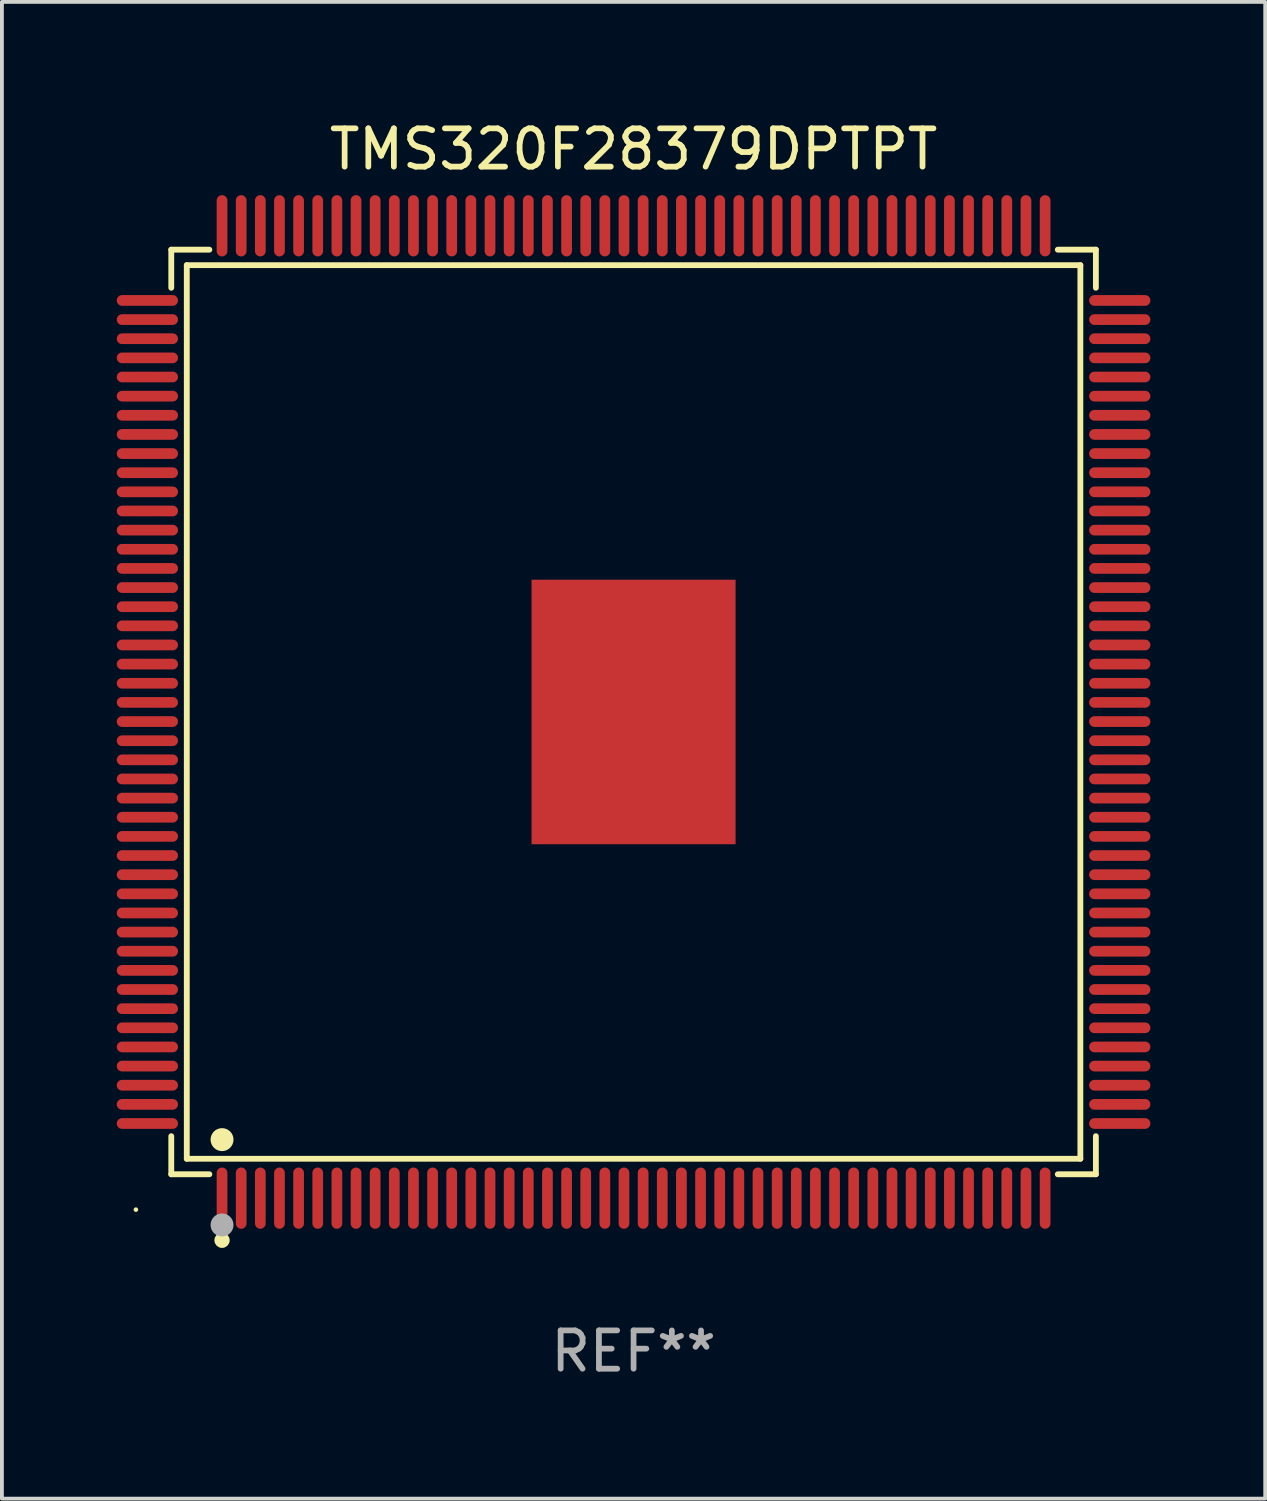
<source format=kicad_pcb>
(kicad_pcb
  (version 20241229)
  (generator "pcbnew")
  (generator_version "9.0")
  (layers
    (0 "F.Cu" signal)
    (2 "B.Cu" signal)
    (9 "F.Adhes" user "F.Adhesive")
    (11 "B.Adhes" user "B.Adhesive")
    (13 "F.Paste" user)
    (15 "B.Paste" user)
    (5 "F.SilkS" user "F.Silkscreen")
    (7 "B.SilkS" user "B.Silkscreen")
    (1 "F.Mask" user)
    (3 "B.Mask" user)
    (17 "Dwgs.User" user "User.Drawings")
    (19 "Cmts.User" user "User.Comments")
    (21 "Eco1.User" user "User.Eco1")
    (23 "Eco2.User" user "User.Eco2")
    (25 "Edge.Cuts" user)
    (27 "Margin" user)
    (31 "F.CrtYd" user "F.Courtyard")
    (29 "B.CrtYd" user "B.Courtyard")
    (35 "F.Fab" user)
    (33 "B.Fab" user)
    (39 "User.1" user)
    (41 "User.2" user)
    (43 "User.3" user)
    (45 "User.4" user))
  (footprint "TMS320F28379DPTPT"
    (layer "F.Cu")
    (at 13.5 15.548)
    (property "Reference" "TMS320F28379DPTPT" (at 0 -14.7 0) (layer "F.SilkS") (effects (font (size 1 1) (thickness 0.15))))
    (attr through_hole)
    (fp_line (start -12.076 -12.076) (end -11.081 -12.076) (stroke (width 0.152) (type solid)) (layer "F.SilkS"))
    (fp_line (start -12.076 -11.081) (end -12.076 -12.076) (stroke (width 0.152) (type solid)) (layer "F.SilkS"))
    (fp_line (start -12.076 11.081) (end -12.076 12.076) (stroke (width 0.152) (type solid)) (layer "F.SilkS"))
    (fp_line (start -12.076 12.076) (end -11.081 12.076) (stroke (width 0.152) (type solid)) (layer "F.SilkS"))
    (fp_line (start -11.671 -11.671) (end 11.671 -11.671) (stroke (width 0.152) (type solid)) (layer "F.SilkS"))
    (fp_line (start -11.671 11.671) (end -11.671 -11.671) (stroke (width 0.152) (type solid)) (layer "F.SilkS"))
    (fp_line (start 11.671 -11.671) (end 11.671 11.671) (stroke (width 0.152) (type solid)) (layer "F.SilkS"))
    (fp_line (start 11.671 11.671) (end -11.671 11.671) (stroke (width 0.152) (type solid)) (layer "F.SilkS"))
    (fp_line (start 12.076 -12.076) (end 11.081 -12.076) (stroke (width 0.152) (type solid)) (layer "F.SilkS"))
    (fp_line (start 12.076 -11.081) (end 12.076 -12.076) (stroke (width 0.152) (type solid)) (layer "F.SilkS"))
    (fp_line (start 12.076 11.081) (end 12.076 12.076) (stroke (width 0.152) (type solid)) (layer "F.SilkS"))
    (fp_line (start 12.076 12.076) (end 11.081 12.076) (stroke (width 0.152) (type solid)) (layer "F.SilkS"))
    (fp_circle (center -13 13) (end -12.97 13) (stroke (width 0.06) (type solid)) (fill no) (layer "F.SilkS"))
    (fp_circle (center -10.75 11.171) (end -10.6 11.171) (stroke (width 0.3) (type solid)) (fill no) (layer "F.SilkS"))
    (fp_circle (center -10.75 13.8) (end -10.65 13.8) (stroke (width 0.2) (type solid)) (fill no) (layer "F.SilkS"))
    (fp_circle (center -10.75 13.4) (end -10.6 13.4) (stroke (width 0.3) (type solid)) (fill no) (layer "F.Fab"))
    (fp_text user "REF**" (at 0 16.7 0) (layer "F.Fab") (effects (font (size 1 1) (thickness 0.15))))
    (pad "1" smd oval (at -10.75 12.7) (size 0.28 1.6) (layers "F.Cu" "F.Mask" "F.Paste"))
    (pad "2" smd oval (at -10.25 12.7) (size 0.28 1.6) (layers "F.Cu" "F.Mask" "F.Paste"))
    (pad "3" smd oval (at -9.75 12.7) (size 0.28 1.6) (layers "F.Cu" "F.Mask" "F.Paste"))
    (pad "4" smd oval (at -9.25 12.7) (size 0.28 1.6) (layers "F.Cu" "F.Mask" "F.Paste"))
    (pad "5" smd oval (at -8.75 12.7) (size 0.28 1.6) (layers "F.Cu" "F.Mask" "F.Paste"))
    (pad "6" smd oval (at -8.25 12.7) (size 0.28 1.6) (layers "F.Cu" "F.Mask" "F.Paste"))
    (pad "7" smd oval (at -7.75 12.7) (size 0.28 1.6) (layers "F.Cu" "F.Mask" "F.Paste"))
    (pad "8" smd oval (at -7.25 12.7) (size 0.28 1.6) (layers "F.Cu" "F.Mask" "F.Paste"))
    (pad "9" smd oval (at -6.75 12.7) (size 0.28 1.6) (layers "F.Cu" "F.Mask" "F.Paste"))
    (pad "10" smd oval (at -6.25 12.7) (size 0.28 1.6) (layers "F.Cu" "F.Mask" "F.Paste"))
    (pad "11" smd oval (at -5.75 12.7) (size 0.28 1.6) (layers "F.Cu" "F.Mask" "F.Paste"))
    (pad "12" smd oval (at -5.25 12.7) (size 0.28 1.6) (layers "F.Cu" "F.Mask" "F.Paste"))
    (pad "13" smd oval (at -4.75 12.7) (size 0.28 1.6) (layers "F.Cu" "F.Mask" "F.Paste"))
    (pad "14" smd oval (at -4.25 12.7) (size 0.28 1.6) (layers "F.Cu" "F.Mask" "F.Paste"))
    (pad "15" smd oval (at -3.75 12.7) (size 0.28 1.6) (layers "F.Cu" "F.Mask" "F.Paste"))
    (pad "16" smd oval (at -3.25 12.7) (size 0.28 1.6) (layers "F.Cu" "F.Mask" "F.Paste"))
    (pad "17" smd oval (at -2.75 12.7) (size 0.28 1.6) (layers "F.Cu" "F.Mask" "F.Paste"))
    (pad "18" smd oval (at -2.25 12.7) (size 0.28 1.6) (layers "F.Cu" "F.Mask" "F.Paste"))
    (pad "19" smd oval (at -1.75 12.7) (size 0.28 1.6) (layers "F.Cu" "F.Mask" "F.Paste"))
    (pad "20" smd oval (at -1.25 12.7) (size 0.28 1.6) (layers "F.Cu" "F.Mask" "F.Paste"))
    (pad "21" smd oval (at -0.75 12.7) (size 0.28 1.6) (layers "F.Cu" "F.Mask" "F.Paste"))
    (pad "22" smd oval (at -0.25 12.7) (size 0.28 1.6) (layers "F.Cu" "F.Mask" "F.Paste"))
    (pad "23" smd oval (at 0.25 12.7) (size 0.28 1.6) (layers "F.Cu" "F.Mask" "F.Paste"))
    (pad "24" smd oval (at 0.75 12.7) (size 0.28 1.6) (layers "F.Cu" "F.Mask" "F.Paste"))
    (pad "25" smd oval (at 1.25 12.7) (size 0.28 1.6) (layers "F.Cu" "F.Mask" "F.Paste"))
    (pad "26" smd oval (at 1.75 12.7) (size 0.28 1.6) (layers "F.Cu" "F.Mask" "F.Paste"))
    (pad "27" smd oval (at 2.25 12.7) (size 0.28 1.6) (layers "F.Cu" "F.Mask" "F.Paste"))
    (pad "28" smd oval (at 2.75 12.7) (size 0.28 1.6) (layers "F.Cu" "F.Mask" "F.Paste"))
    (pad "29" smd oval (at 3.25 12.7) (size 0.28 1.6) (layers "F.Cu" "F.Mask" "F.Paste"))
    (pad "30" smd oval (at 3.75 12.7) (size 0.28 1.6) (layers "F.Cu" "F.Mask" "F.Paste"))
    (pad "31" smd oval (at 4.25 12.7) (size 0.28 1.6) (layers "F.Cu" "F.Mask" "F.Paste"))
    (pad "32" smd oval (at 4.75 12.7) (size 0.28 1.6) (layers "F.Cu" "F.Mask" "F.Paste"))
    (pad "33" smd oval (at 5.25 12.7) (size 0.28 1.6) (layers "F.Cu" "F.Mask" "F.Paste"))
    (pad "34" smd oval (at 5.75 12.7) (size 0.28 1.6) (layers "F.Cu" "F.Mask" "F.Paste"))
    (pad "35" smd oval (at 6.25 12.7) (size 0.28 1.6) (layers "F.Cu" "F.Mask" "F.Paste"))
    (pad "36" smd oval (at 6.75 12.7) (size 0.28 1.6) (layers "F.Cu" "F.Mask" "F.Paste"))
    (pad "37" smd oval (at 7.25 12.7) (size 0.28 1.6) (layers "F.Cu" "F.Mask" "F.Paste"))
    (pad "38" smd oval (at 7.75 12.7) (size 0.28 1.6) (layers "F.Cu" "F.Mask" "F.Paste"))
    (pad "39" smd oval (at 8.25 12.7) (size 0.28 1.6) (layers "F.Cu" "F.Mask" "F.Paste"))
    (pad "40" smd oval (at 8.75 12.7) (size 0.28 1.6) (layers "F.Cu" "F.Mask" "F.Paste"))
    (pad "41" smd oval (at 9.25 12.7) (size 0.28 1.6) (layers "F.Cu" "F.Mask" "F.Paste"))
    (pad "42" smd oval (at 9.75 12.7) (size 0.28 1.6) (layers "F.Cu" "F.Mask" "F.Paste"))
    (pad "43" smd oval (at 10.25 12.7) (size 0.28 1.6) (layers "F.Cu" "F.Mask" "F.Paste"))
    (pad "44" smd oval (at 10.75 12.7) (size 0.28 1.6) (layers "F.Cu" "F.Mask" "F.Paste"))
    (pad "45" smd oval (at 12.7 10.75) (size 1.6 0.28) (layers "F.Cu" "F.Mask" "F.Paste"))
    (pad "46" smd oval (at 12.7 10.25) (size 1.6 0.28) (layers "F.Cu" "F.Mask" "F.Paste"))
    (pad "47" smd oval (at 12.7 9.75) (size 1.6 0.28) (layers "F.Cu" "F.Mask" "F.Paste"))
    (pad "48" smd oval (at 12.7 9.25) (size 1.6 0.28) (layers "F.Cu" "F.Mask" "F.Paste"))
    (pad "49" smd oval (at 12.7 8.75) (size 1.6 0.28) (layers "F.Cu" "F.Mask" "F.Paste"))
    (pad "50" smd oval (at 12.7 8.25) (size 1.6 0.28) (layers "F.Cu" "F.Mask" "F.Paste"))
    (pad "51" smd oval (at 12.7 7.75) (size 1.6 0.28) (layers "F.Cu" "F.Mask" "F.Paste"))
    (pad "52" smd oval (at 12.7 7.25) (size 1.6 0.28) (layers "F.Cu" "F.Mask" "F.Paste"))
    (pad "53" smd oval (at 12.7 6.75) (size 1.6 0.28) (layers "F.Cu" "F.Mask" "F.Paste"))
    (pad "54" smd oval (at 12.7 6.25) (size 1.6 0.28) (layers "F.Cu" "F.Mask" "F.Paste"))
    (pad "55" smd oval (at 12.7 5.75) (size 1.6 0.28) (layers "F.Cu" "F.Mask" "F.Paste"))
    (pad "56" smd oval (at 12.7 5.25) (size 1.6 0.28) (layers "F.Cu" "F.Mask" "F.Paste"))
    (pad "57" smd oval (at 12.7 4.75) (size 1.6 0.28) (layers "F.Cu" "F.Mask" "F.Paste"))
    (pad "58" smd oval (at 12.7 4.25) (size 1.6 0.28) (layers "F.Cu" "F.Mask" "F.Paste"))
    (pad "59" smd oval (at 12.7 3.75) (size 1.6 0.28) (layers "F.Cu" "F.Mask" "F.Paste"))
    (pad "60" smd oval (at 12.7 3.25) (size 1.6 0.28) (layers "F.Cu" "F.Mask" "F.Paste"))
    (pad "61" smd oval (at 12.7 2.75) (size 1.6 0.28) (layers "F.Cu" "F.Mask" "F.Paste"))
    (pad "62" smd oval (at 12.7 2.25) (size 1.6 0.28) (layers "F.Cu" "F.Mask" "F.Paste"))
    (pad "63" smd oval (at 12.7 1.75) (size 1.6 0.28) (layers "F.Cu" "F.Mask" "F.Paste"))
    (pad "64" smd oval (at 12.7 1.25) (size 1.6 0.28) (layers "F.Cu" "F.Mask" "F.Paste"))
    (pad "65" smd oval (at 12.7 0.75) (size 1.6 0.28) (layers "F.Cu" "F.Mask" "F.Paste"))
    (pad "66" smd oval (at 12.7 0.25) (size 1.6 0.28) (layers "F.Cu" "F.Mask" "F.Paste"))
    (pad "67" smd oval (at 12.7 -0.25) (size 1.6 0.28) (layers "F.Cu" "F.Mask" "F.Paste"))
    (pad "68" smd oval (at 12.7 -0.75) (size 1.6 0.28) (layers "F.Cu" "F.Mask" "F.Paste"))
    (pad "69" smd oval (at 12.7 -1.25) (size 1.6 0.28) (layers "F.Cu" "F.Mask" "F.Paste"))
    (pad "70" smd oval (at 12.7 -1.75) (size 1.6 0.28) (layers "F.Cu" "F.Mask" "F.Paste"))
    (pad "71" smd oval (at 12.7 -2.25) (size 1.6 0.28) (layers "F.Cu" "F.Mask" "F.Paste"))
    (pad "72" smd oval (at 12.7 -2.75) (size 1.6 0.28) (layers "F.Cu" "F.Mask" "F.Paste"))
    (pad "73" smd oval (at 12.7 -3.25) (size 1.6 0.28) (layers "F.Cu" "F.Mask" "F.Paste"))
    (pad "74" smd oval (at 12.7 -3.75) (size 1.6 0.28) (layers "F.Cu" "F.Mask" "F.Paste"))
    (pad "75" smd oval (at 12.7 -4.25) (size 1.6 0.28) (layers "F.Cu" "F.Mask" "F.Paste"))
    (pad "76" smd oval (at 12.7 -4.75) (size 1.6 0.28) (layers "F.Cu" "F.Mask" "F.Paste"))
    (pad "77" smd oval (at 12.7 -5.25) (size 1.6 0.28) (layers "F.Cu" "F.Mask" "F.Paste"))
    (pad "78" smd oval (at 12.7 -5.75) (size 1.6 0.28) (layers "F.Cu" "F.Mask" "F.Paste"))
    (pad "79" smd oval (at 12.7 -6.25) (size 1.6 0.28) (layers "F.Cu" "F.Mask" "F.Paste"))
    (pad "80" smd oval (at 12.7 -6.75) (size 1.6 0.28) (layers "F.Cu" "F.Mask" "F.Paste"))
    (pad "81" smd oval (at 12.7 -7.25) (size 1.6 0.28) (layers "F.Cu" "F.Mask" "F.Paste"))
    (pad "82" smd oval (at 12.7 -7.75) (size 1.6 0.28) (layers "F.Cu" "F.Mask" "F.Paste"))
    (pad "83" smd oval (at 12.7 -8.25) (size 1.6 0.28) (layers "F.Cu" "F.Mask" "F.Paste"))
    (pad "84" smd oval (at 12.7 -8.75) (size 1.6 0.28) (layers "F.Cu" "F.Mask" "F.Paste"))
    (pad "85" smd oval (at 12.7 -9.25) (size 1.6 0.28) (layers "F.Cu" "F.Mask" "F.Paste"))
    (pad "86" smd oval (at 12.7 -9.75) (size 1.6 0.28) (layers "F.Cu" "F.Mask" "F.Paste"))
    (pad "87" smd oval (at 12.7 -10.25) (size 1.6 0.28) (layers "F.Cu" "F.Mask" "F.Paste"))
    (pad "88" smd oval (at 12.7 -10.75) (size 1.6 0.28) (layers "F.Cu" "F.Mask" "F.Paste"))
    (pad "89" smd oval (at 10.75 -12.7) (size 0.28 1.6) (layers "F.Cu" "F.Mask" "F.Paste"))
    (pad "90" smd oval (at 10.25 -12.7) (size 0.28 1.6) (layers "F.Cu" "F.Mask" "F.Paste"))
    (pad "91" smd oval (at 9.75 -12.7) (size 0.28 1.6) (layers "F.Cu" "F.Mask" "F.Paste"))
    (pad "92" smd oval (at 9.25 -12.7) (size 0.28 1.6) (layers "F.Cu" "F.Mask" "F.Paste"))
    (pad "93" smd oval (at 8.75 -12.7) (size 0.28 1.6) (layers "F.Cu" "F.Mask" "F.Paste"))
    (pad "94" smd oval (at 8.25 -12.7) (size 0.28 1.6) (layers "F.Cu" "F.Mask" "F.Paste"))
    (pad "95" smd oval (at 7.75 -12.7) (size 0.28 1.6) (layers "F.Cu" "F.Mask" "F.Paste"))
    (pad "96" smd oval (at 7.25 -12.7) (size 0.28 1.6) (layers "F.Cu" "F.Mask" "F.Paste"))
    (pad "97" smd oval (at 6.75 -12.7) (size 0.28 1.6) (layers "F.Cu" "F.Mask" "F.Paste"))
    (pad "98" smd oval (at 6.25 -12.7) (size 0.28 1.6) (layers "F.Cu" "F.Mask" "F.Paste"))
    (pad "99" smd oval (at 5.75 -12.7) (size 0.28 1.6) (layers "F.Cu" "F.Mask" "F.Paste"))
    (pad "100" smd oval (at 5.25 -12.7) (size 0.28 1.6) (layers "F.Cu" "F.Mask" "F.Paste"))
    (pad "101" smd oval (at 4.75 -12.7) (size 0.28 1.6) (layers "F.Cu" "F.Mask" "F.Paste"))
    (pad "102" smd oval (at 4.25 -12.7) (size 0.28 1.6) (layers "F.Cu" "F.Mask" "F.Paste"))
    (pad "103" smd oval (at 3.75 -12.7) (size 0.28 1.6) (layers "F.Cu" "F.Mask" "F.Paste"))
    (pad "104" smd oval (at 3.25 -12.7) (size 0.28 1.6) (layers "F.Cu" "F.Mask" "F.Paste"))
    (pad "105" smd oval (at 2.75 -12.7) (size 0.28 1.6) (layers "F.Cu" "F.Mask" "F.Paste"))
    (pad "106" smd oval (at 2.25 -12.7) (size 0.28 1.6) (layers "F.Cu" "F.Mask" "F.Paste"))
    (pad "107" smd oval (at 1.75 -12.7) (size 0.28 1.6) (layers "F.Cu" "F.Mask" "F.Paste"))
    (pad "108" smd oval (at 1.25 -12.7) (size 0.28 1.6) (layers "F.Cu" "F.Mask" "F.Paste"))
    (pad "109" smd oval (at 0.75 -12.7) (size 0.28 1.6) (layers "F.Cu" "F.Mask" "F.Paste"))
    (pad "110" smd oval (at 0.25 -12.7) (size 0.28 1.6) (layers "F.Cu" "F.Mask" "F.Paste"))
    (pad "111" smd oval (at -0.25 -12.7) (size 0.28 1.6) (layers "F.Cu" "F.Mask" "F.Paste"))
    (pad "112" smd oval (at -0.75 -12.7) (size 0.28 1.6) (layers "F.Cu" "F.Mask" "F.Paste"))
    (pad "113" smd oval (at -1.25 -12.7) (size 0.28 1.6) (layers "F.Cu" "F.Mask" "F.Paste"))
    (pad "114" smd oval (at -1.75 -12.7) (size 0.28 1.6) (layers "F.Cu" "F.Mask" "F.Paste"))
    (pad "115" smd oval (at -2.25 -12.7) (size 0.28 1.6) (layers "F.Cu" "F.Mask" "F.Paste"))
    (pad "116" smd oval (at -2.75 -12.7) (size 0.28 1.6) (layers "F.Cu" "F.Mask" "F.Paste"))
    (pad "117" smd oval (at -3.25 -12.7) (size 0.28 1.6) (layers "F.Cu" "F.Mask" "F.Paste"))
    (pad "118" smd oval (at -3.75 -12.7) (size 0.28 1.6) (layers "F.Cu" "F.Mask" "F.Paste"))
    (pad "119" smd oval (at -4.25 -12.7) (size 0.28 1.6) (layers "F.Cu" "F.Mask" "F.Paste"))
    (pad "120" smd oval (at -4.75 -12.7) (size 0.28 1.6) (layers "F.Cu" "F.Mask" "F.Paste"))
    (pad "121" smd oval (at -5.25 -12.7) (size 0.28 1.6) (layers "F.Cu" "F.Mask" "F.Paste"))
    (pad "122" smd oval (at -5.75 -12.7) (size 0.28 1.6) (layers "F.Cu" "F.Mask" "F.Paste"))
    (pad "123" smd oval (at -6.25 -12.7) (size 0.28 1.6) (layers "F.Cu" "F.Mask" "F.Paste"))
    (pad "124" smd oval (at -6.75 -12.7) (size 0.28 1.6) (layers "F.Cu" "F.Mask" "F.Paste"))
    (pad "125" smd oval (at -7.25 -12.7) (size 0.28 1.6) (layers "F.Cu" "F.Mask" "F.Paste"))
    (pad "126" smd oval (at -7.75 -12.7) (size 0.28 1.6) (layers "F.Cu" "F.Mask" "F.Paste"))
    (pad "127" smd oval (at -8.25 -12.7) (size 0.28 1.6) (layers "F.Cu" "F.Mask" "F.Paste"))
    (pad "128" smd oval (at -8.75 -12.7) (size 0.28 1.6) (layers "F.Cu" "F.Mask" "F.Paste"))
    (pad "129" smd oval (at -9.25 -12.7) (size 0.28 1.6) (layers "F.Cu" "F.Mask" "F.Paste"))
    (pad "130" smd oval (at -9.75 -12.7) (size 0.28 1.6) (layers "F.Cu" "F.Mask" "F.Paste"))
    (pad "131" smd oval (at -10.25 -12.7) (size 0.28 1.6) (layers "F.Cu" "F.Mask" "F.Paste"))
    (pad "132" smd oval (at -10.75 -12.7) (size 0.28 1.6) (layers "F.Cu" "F.Mask" "F.Paste"))
    (pad "133" smd oval (at -12.7 -10.75) (size 1.6 0.28) (layers "F.Cu" "F.Mask" "F.Paste"))
    (pad "134" smd oval (at -12.7 -10.25) (size 1.6 0.28) (layers "F.Cu" "F.Mask" "F.Paste"))
    (pad "135" smd oval (at -12.7 -9.75) (size 1.6 0.28) (layers "F.Cu" "F.Mask" "F.Paste"))
    (pad "136" smd oval (at -12.7 -9.25) (size 1.6 0.28) (layers "F.Cu" "F.Mask" "F.Paste"))
    (pad "137" smd oval (at -12.7 -8.75) (size 1.6 0.28) (layers "F.Cu" "F.Mask" "F.Paste"))
    (pad "138" smd oval (at -12.7 -8.25) (size 1.6 0.28) (layers "F.Cu" "F.Mask" "F.Paste"))
    (pad "139" smd oval (at -12.7 -7.75) (size 1.6 0.28) (layers "F.Cu" "F.Mask" "F.Paste"))
    (pad "140" smd oval (at -12.7 -7.25) (size 1.6 0.28) (layers "F.Cu" "F.Mask" "F.Paste"))
    (pad "141" smd oval (at -12.7 -6.75) (size 1.6 0.28) (layers "F.Cu" "F.Mask" "F.Paste"))
    (pad "142" smd oval (at -12.7 -6.25) (size 1.6 0.28) (layers "F.Cu" "F.Mask" "F.Paste"))
    (pad "143" smd oval (at -12.7 -5.75) (size 1.6 0.28) (layers "F.Cu" "F.Mask" "F.Paste"))
    (pad "144" smd oval (at -12.7 -5.25) (size 1.6 0.28) (layers "F.Cu" "F.Mask" "F.Paste"))
    (pad "145" smd oval (at -12.7 -4.75) (size 1.6 0.28) (layers "F.Cu" "F.Mask" "F.Paste"))
    (pad "146" smd oval (at -12.7 -4.25) (size 1.6 0.28) (layers "F.Cu" "F.Mask" "F.Paste"))
    (pad "147" smd oval (at -12.7 -3.75) (size 1.6 0.28) (layers "F.Cu" "F.Mask" "F.Paste"))
    (pad "148" smd oval (at -12.7 -3.25) (size 1.6 0.28) (layers "F.Cu" "F.Mask" "F.Paste"))
    (pad "149" smd oval (at -12.7 -2.75) (size 1.6 0.28) (layers "F.Cu" "F.Mask" "F.Paste"))
    (pad "150" smd oval (at -12.7 -2.25) (size 1.6 0.28) (layers "F.Cu" "F.Mask" "F.Paste"))
    (pad "151" smd oval (at -12.7 -1.75) (size 1.6 0.28) (layers "F.Cu" "F.Mask" "F.Paste"))
    (pad "152" smd oval (at -12.7 -1.25) (size 1.6 0.28) (layers "F.Cu" "F.Mask" "F.Paste"))
    (pad "153" smd oval (at -12.7 -0.75) (size 1.6 0.28) (layers "F.Cu" "F.Mask" "F.Paste"))
    (pad "154" smd oval (at -12.7 -0.25) (size 1.6 0.28) (layers "F.Cu" "F.Mask" "F.Paste"))
    (pad "155" smd oval (at -12.7 0.25) (size 1.6 0.28) (layers "F.Cu" "F.Mask" "F.Paste"))
    (pad "156" smd oval (at -12.7 0.75) (size 1.6 0.28) (layers "F.Cu" "F.Mask" "F.Paste"))
    (pad "157" smd oval (at -12.7 1.25) (size 1.6 0.28) (layers "F.Cu" "F.Mask" "F.Paste"))
    (pad "158" smd oval (at -12.7 1.75) (size 1.6 0.28) (layers "F.Cu" "F.Mask" "F.Paste"))
    (pad "159" smd oval (at -12.7 2.25) (size 1.6 0.28) (layers "F.Cu" "F.Mask" "F.Paste"))
    (pad "160" smd oval (at -12.7 2.75) (size 1.6 0.28) (layers "F.Cu" "F.Mask" "F.Paste"))
    (pad "161" smd oval (at -12.7 3.25) (size 1.6 0.28) (layers "F.Cu" "F.Mask" "F.Paste"))
    (pad "162" smd oval (at -12.7 3.75) (size 1.6 0.28) (layers "F.Cu" "F.Mask" "F.Paste"))
    (pad "163" smd oval (at -12.7 4.25) (size 1.6 0.28) (layers "F.Cu" "F.Mask" "F.Paste"))
    (pad "164" smd oval (at -12.7 4.75) (size 1.6 0.28) (layers "F.Cu" "F.Mask" "F.Paste"))
    (pad "165" smd oval (at -12.7 5.25) (size 1.6 0.28) (layers "F.Cu" "F.Mask" "F.Paste"))
    (pad "166" smd oval (at -12.7 5.75) (size 1.6 0.28) (layers "F.Cu" "F.Mask" "F.Paste"))
    (pad "167" smd oval (at -12.7 6.25) (size 1.6 0.28) (layers "F.Cu" "F.Mask" "F.Paste"))
    (pad "168" smd oval (at -12.7 6.75) (size 1.6 0.28) (layers "F.Cu" "F.Mask" "F.Paste"))
    (pad "169" smd oval (at -12.7 7.25) (size 1.6 0.28) (layers "F.Cu" "F.Mask" "F.Paste"))
    (pad "170" smd oval (at -12.7 7.75) (size 1.6 0.28) (layers "F.Cu" "F.Mask" "F.Paste"))
    (pad "171" smd oval (at -12.7 8.25) (size 1.6 0.28) (layers "F.Cu" "F.Mask" "F.Paste"))
    (pad "172" smd oval (at -12.7 8.75) (size 1.6 0.28) (layers "F.Cu" "F.Mask" "F.Paste"))
    (pad "173" smd oval (at -12.7 9.25) (size 1.6 0.28) (layers "F.Cu" "F.Mask" "F.Paste"))
    (pad "174" smd oval (at -12.7 9.75) (size 1.6 0.28) (layers "F.Cu" "F.Mask" "F.Paste"))
    (pad "175" smd oval (at -12.7 10.25) (size 1.6 0.28) (layers "F.Cu" "F.Mask" "F.Paste"))
    (pad "176" smd oval (at -12.7 10.75) (size 1.6 0.28) (layers "F.Cu" "F.Mask" "F.Paste"))
    (pad "177" smd rect (at 0 0) (size 5.33 6.91) (layers "F.Cu" "F.Mask" "F.Paste")))
  (gr_rect
    (start -3 -3)
    (end 30 36.097)
    (stroke (width 0.1) (type default))
    (fill no)
    (layer "Edge.Cuts")))
</source>
